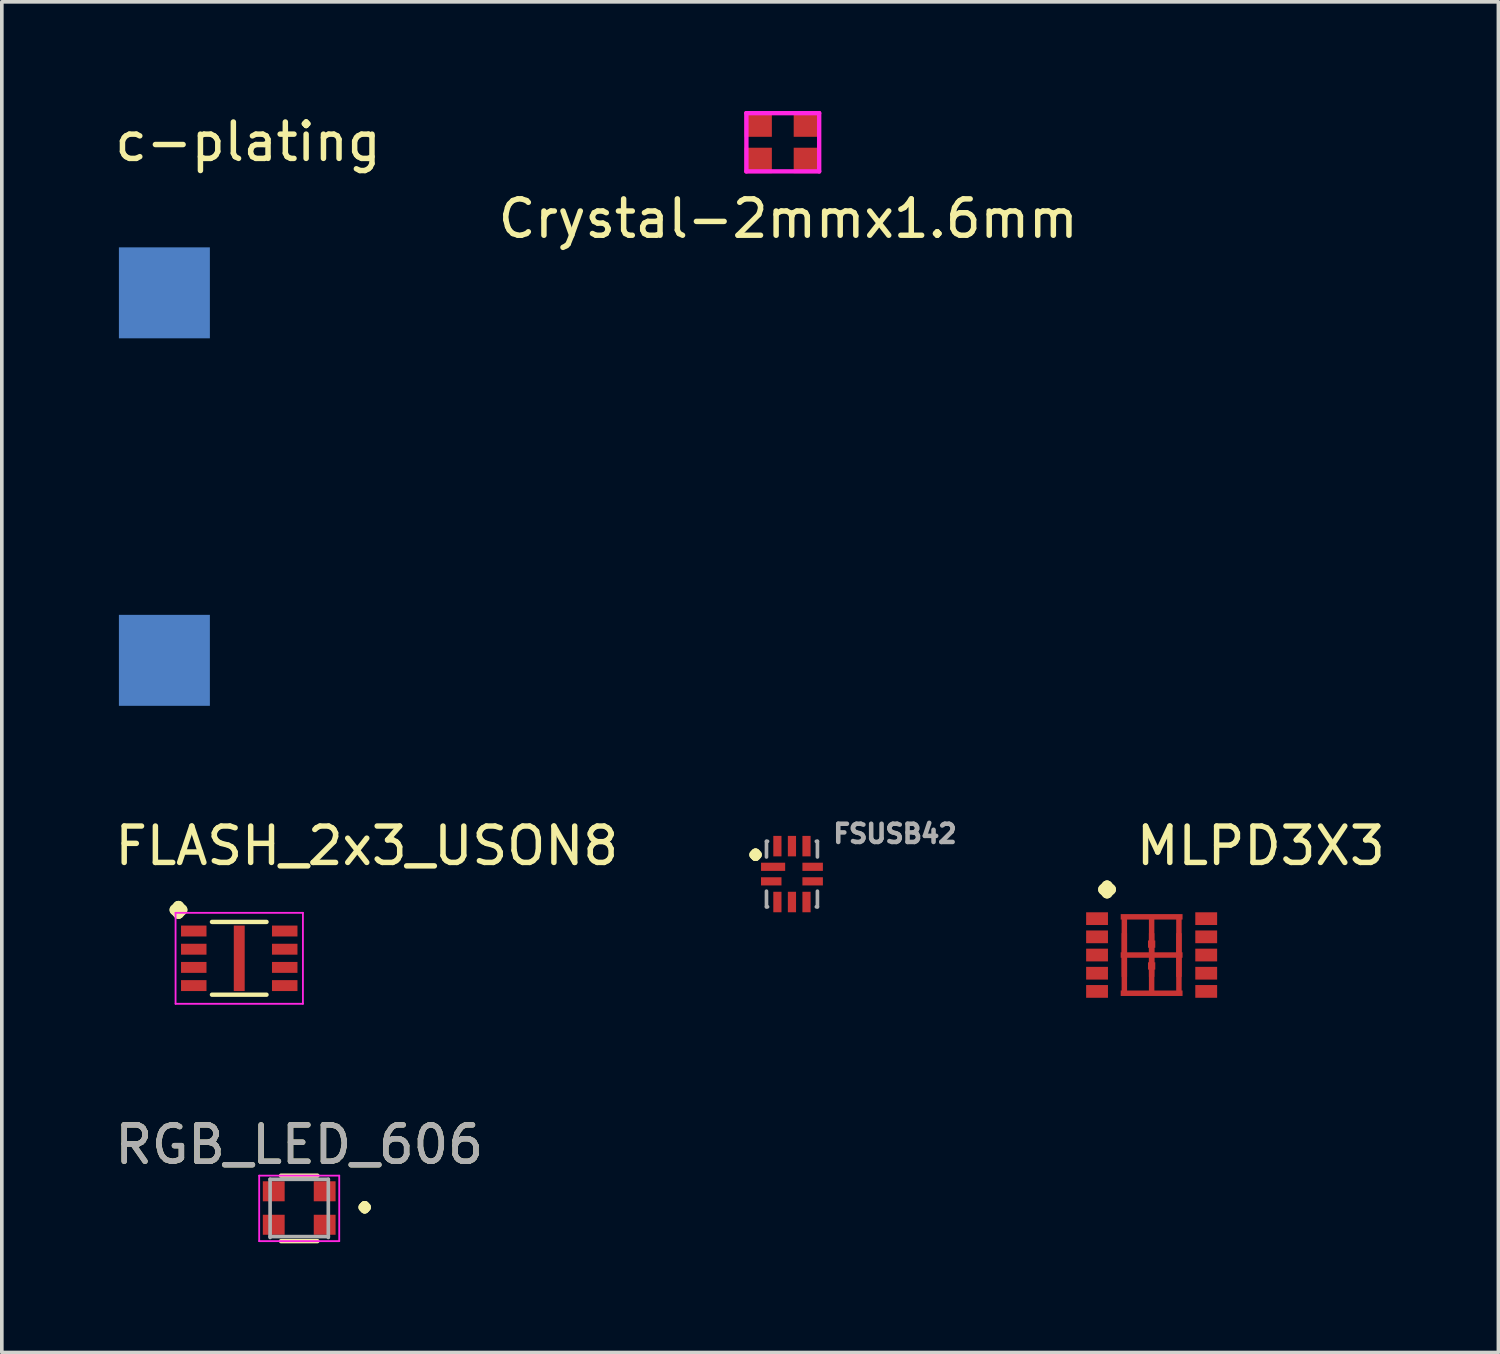
<source format=kicad_pcb>
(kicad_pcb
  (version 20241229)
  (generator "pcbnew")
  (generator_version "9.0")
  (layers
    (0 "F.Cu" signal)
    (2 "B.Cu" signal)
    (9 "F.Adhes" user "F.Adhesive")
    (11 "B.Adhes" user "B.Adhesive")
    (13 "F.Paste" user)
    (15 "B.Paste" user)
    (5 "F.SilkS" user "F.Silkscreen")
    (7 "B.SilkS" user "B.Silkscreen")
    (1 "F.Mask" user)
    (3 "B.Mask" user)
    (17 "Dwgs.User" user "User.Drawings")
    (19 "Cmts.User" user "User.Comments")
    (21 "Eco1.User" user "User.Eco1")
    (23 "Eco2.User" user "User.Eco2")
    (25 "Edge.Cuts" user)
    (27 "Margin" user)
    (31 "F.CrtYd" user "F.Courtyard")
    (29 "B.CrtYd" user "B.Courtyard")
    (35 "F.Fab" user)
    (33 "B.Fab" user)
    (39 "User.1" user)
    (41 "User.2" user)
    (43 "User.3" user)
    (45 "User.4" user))
  (footprint "Crystal-2mmx1.6mm"
    (layer "F.Cu")
    (at 17.788 0.36)
    (property "Reference" "Crystal-2mmx1.6mm" (at 0.825 2.6 0) (layer "F.SilkS") (effects (font (size 1 1) (thickness 0.15))))
    (attr through_hole)
    (fp_line (start -0.325 -0.3) (end 1.675 -0.3) (stroke (width 0.12) (type solid)) (layer "F.CrtYd"))
    (fp_line (start -0.325 1.3) (end -0.325 -0.3) (stroke (width 0.12) (type solid)) (layer "F.CrtYd"))
    (fp_line (start 1.675 -0.3) (end 1.675 1.3) (stroke (width 0.12) (type solid)) (layer "F.CrtYd"))
    (fp_line (start 1.675 1.3) (end -0.325 1.3) (stroke (width 0.12) (type solid)) (layer "F.CrtYd"))
    (pad "1" smd rect (at 0 1) (size 0.75 0.7) (layers "F.Cu" "F.Mask" "F.Paste"))
    (pad "2" smd rect (at 1.35 0) (size 0.75 0.7) (layers "F.Cu" "F.Mask" "F.Paste"))
    (pad "3" smd rect (at 0 0) (size 0.75 0.7) (layers "F.Cu" "F.Mask" "F.Paste"))
    (pad "3" smd rect (at 1.35 1) (size 0.75 0.7) (layers "F.Cu" "F.Mask" "F.Paste")))
  (footprint "MLPD3X3"
    (layer "F.Cu")
    (at 27.1 22.197)
    (property "Reference" "MLPD3X3" (at 4.5 -2 0) (layer "F.SilkS") (effects (font (size 1 1) (thickness 0.15))))
    (attr through_hole)
    (fp_poly (pts (xy 0.825 0.15) (xy 0.825 0.925) (xy 0.675 0.925) (xy 0.675 0.15)) (stroke (width 0.01) (type solid)) (fill yes) (layer "F.Paste"))
    (fp_poly (pts (xy 0.825 1.075) (xy 0.825 1.85) (xy 0.675 1.85) (xy 0.675 1.075)) (stroke (width 0.01) (type solid)) (fill yes) (layer "F.Paste"))
    (fp_poly (pts (xy 1.3 1.075) (xy 0.95 1.075) (xy 0.95 0.925) (xy 1.3 0.925)) (stroke (width 0.01) (type solid)) (fill yes) (layer "F.Paste"))
    (fp_poly (pts (xy 1.425 0.025) (xy 0.65 0.025) (xy 0.65 -0.125) (xy 1.425 -0.125)) (stroke (width 0.01) (type solid)) (fill yes) (layer "F.Paste"))
    (fp_poly (pts (xy 1.425 2.125) (xy 0.65 2.125) (xy 0.65 1.975) (xy 1.425 1.975)) (stroke (width 0.01) (type solid)) (fill yes) (layer "F.Paste"))
    (fp_poly (pts (xy 1.575 0.1) (xy 1.575 0.875) (xy 1.425 0.875) (xy 1.425 0.1)) (stroke (width 0.01) (type solid)) (fill yes) (layer "F.Paste"))
    (fp_poly (pts (xy 1.575 1.1) (xy 1.575 1.875) (xy 1.425 1.875) (xy 1.425 1.1)) (stroke (width 0.01) (type solid)) (fill yes) (layer "F.Paste"))
    (fp_poly (pts (xy 2.075 1.075) (xy 1.725 1.075) (xy 1.725 0.925) (xy 2.075 0.925)) (stroke (width 0.01) (type solid)) (fill yes) (layer "F.Paste"))
    (fp_poly (pts (xy 2.325 0.15) (xy 2.325 0.925) (xy 2.175 0.925) (xy 2.175 0.15)) (stroke (width 0.01) (type solid)) (fill yes) (layer "F.Paste"))
    (fp_poly (pts (xy 2.325 1.075) (xy 2.325 1.85) (xy 2.175 1.85) (xy 2.175 1.075)) (stroke (width 0.01) (type solid)) (fill yes) (layer "F.Paste"))
    (fp_poly (pts (xy 2.35 0.025) (xy 1.575 0.025) (xy 1.575 -0.125) (xy 2.35 -0.125)) (stroke (width 0.01) (type solid)) (fill yes) (layer "F.Paste"))
    (fp_poly (pts (xy 2.35 2.125) (xy 1.575 2.125) (xy 1.575 1.975) (xy 2.35 1.975)) (stroke (width 0.01) (type solid)) (fill yes) (layer "F.Paste"))
    (fp_text user "·" (at 0.275 -0.95 0) (layer "F.SilkS") (effects (font (size 2 2) (thickness 0.3))))
    (pad "1" smd rect (at 0 0) (size 0.6 0.35) (layers "F.Cu" "F.Mask" "F.Paste"))
    (pad "2" smd rect (at 0 0.5) (size 0.6 0.35) (layers "F.Cu" "F.Mask" "F.Paste"))
    (pad "3" smd rect (at 0 1) (size 0.6 0.35) (layers "F.Cu" "F.Mask" "F.Paste"))
    (pad "4" smd rect (at 0 1.5) (size 0.6 0.35) (layers "F.Cu" "F.Mask" "F.Paste"))
    (pad "5" smd rect (at 0 2) (size 0.6 0.35) (layers "F.Cu" "F.Mask" "F.Paste"))
    (pad "6" smd rect (at 3 2) (size 0.6 0.35) (layers "F.Cu" "F.Mask" "F.Paste"))
    (pad "7" smd rect (at 3 1.5) (size 0.6 0.35) (layers "F.Cu" "F.Mask" "F.Paste"))
    (pad "8" smd rect (at 3 1) (size 0.6 0.35) (layers "F.Cu" "F.Mask" "F.Paste"))
    (pad "9" smd rect (at 3 0.5) (size 0.6 0.35) (layers "F.Cu" "F.Mask" "F.Paste"))
    (pad "10" smd rect (at 3 0) (size 0.6 0.35) (layers "F.Cu" "F.Mask" "F.Paste"))
    (pad "EXP" smd rect (at 0.75 0.75 180) (size 0.15 1.7) (layers "F.Cu" "F.Mask"))
    (pad "EXP" smd rect (at 0.75 1.25 180) (size 0.15 1.7) (layers "F.Cu" "F.Mask"))
    (pad "EXP" smd rect (at 1.5 -0.05 90) (size 0.15 1.7) (layers "F.Cu" "F.Mask"))
    (pad "EXP" smd rect (at 1.5 0.7 90) (size 0.2 0.2) (layers "F.Cu" "F.Mask"))
    (pad "EXP" smd rect (at 1.5 0.75 180) (size 0.15 1.7) (layers "F.Cu" "F.Mask"))
    (pad "EXP" smd rect (at 1.5 1 90) (size 0.15 1.7) (layers "F.Cu" "F.Mask"))
    (pad "EXP" smd rect (at 1.5 1.25 180) (size 0.15 1.7) (layers "F.Cu" "F.Mask"))
    (pad "EXP" smd rect (at 1.5 1.3) (size 0.2 0.2) (layers "F.Cu" "F.Mask"))
    (pad "EXP" smd rect (at 1.5 2.05 90) (size 0.15 1.7) (layers "F.Cu" "F.Mask"))
    (pad "EXP" smd rect (at 2.25 0.75 180) (size 0.15 1.7) (layers "F.Cu" "F.Mask"))
    (pad "EXP" smd rect (at 2.25 1.25 180) (size 0.15 1.7) (layers "F.Cu" "F.Mask")))
  (footprint "FLASH_2x3_USON8"
    (layer "F.Cu")
    (at 3.525 23.287)
    (property "Reference" "FLASH_2x3_USON8" (at 3.505 -3.09 0) (layer "F.SilkS") (effects (font (size 1 1) (thickness 0.15))))
    (attr through_hole)
    (fp_line (start -0.75 1) (end 0.75 1) (stroke (width 0.12) (type solid)) (layer "F.SilkS"))
    (fp_line (start 0.75 -1) (end -0.75 -1) (stroke (width 0.12) (type solid)) (layer "F.SilkS"))
    (fp_line (start -1.75 -1.25) (end 1.75 -1.25) (stroke (width 0.05) (type solid)) (layer "F.CrtYd"))
    (fp_line (start -1.75 1.25) (end -1.75 -1.25) (stroke (width 0.05) (type solid)) (layer "F.CrtYd"))
    (fp_line (start 1.75 -1.25) (end 1.75 1.25) (stroke (width 0.05) (type solid)) (layer "F.CrtYd"))
    (fp_line (start 1.75 1.25) (end -1.75 1.25) (stroke (width 0.05) (type solid)) (layer "F.CrtYd"))
    (fp_text user "·" (at -1.67 -1.48 0) (layer "F.SilkS") (effects (font (size 2 2) (thickness 0.3))))
    (pad "1" smd rect (at -1.25 -0.75) (size 0.7 0.3) (layers "F.Cu" "F.Mask" "F.Paste"))
    (pad "2" smd rect (at -1.25 -0.25) (size 0.7 0.3) (layers "F.Cu" "F.Mask" "F.Paste"))
    (pad "3" smd rect (at -1.25 0.25) (size 0.7 0.3) (layers "F.Cu" "F.Mask" "F.Paste"))
    (pad "4" smd rect (at -1.25 0.75) (size 0.7 0.3) (layers "F.Cu" "F.Mask" "F.Paste"))
    (pad "5" smd rect (at 1.25 0.75) (size 0.7 0.3) (layers "F.Cu" "F.Mask" "F.Paste"))
    (pad "6" smd rect (at 1.25 0.25) (size 0.7 0.3) (layers "F.Cu" "F.Mask" "F.Paste"))
    (pad "7" smd rect (at 1.25 -0.25) (size 0.7 0.3) (layers "F.Cu" "F.Mask" "F.Paste"))
    (pad "8" smd rect (at 1.25 -0.75) (size 0.7 0.3) (layers "F.Cu" "F.Mask" "F.Paste"))
    (pad "9" smd rect (at 0 0) (size 0.3 1.8) (layers "F.Cu" "F.Mask" "F.Paste")))
  (footprint "c-plating"
    (layer "F.Cu")
    (at 1.618 4.898)
    (property "Reference" "c-plating" (at 2.15 -4.05 0) (layer "F.SilkS") (effects (font (size 1 1) (thickness 0.15))))
    (attr through_hole)
    (pad "1" smd rect (at -0.15 0.1) (size 2.5 2.5) (layers "B.Cu" "B.Mask"))
    (pad "1" smd rect (at -0.15 10.2) (size 2.5 2.5) (layers "B.Cu" "B.Mask")))
  (footprint "FSUSB42"
    (layer "F.Cu")
    (at 18.715 20.972)
    (property "Reference" "FSUSB42" (at 2.832 -1.108 0) (layer "F.Fab") (effects (font (size 0.5 0.5) (thickness 0.125))))
    (attr smd)
    (fp_line (start -0.7 -0.9) (end -0.7 -0.47) (stroke (width 0.1) (type solid)) (layer "F.Fab"))
    (fp_line (start -0.7 0.47) (end -0.7 0.9) (stroke (width 0.1) (type solid)) (layer "F.Fab"))
    (fp_line (start -0.7 0.9) (end -0.67 0.9) (stroke (width 0.1) (type solid)) (layer "F.Fab"))
    (fp_line (start -0.67 -0.9) (end -0.7 -0.9) (stroke (width 0.1) (type solid)) (layer "F.Fab"))
    (fp_line (start 0.67 0.9) (end 0.7 0.9) (stroke (width 0.1) (type solid)) (layer "F.Fab"))
    (fp_line (start 0.7 -0.9) (end 0.67 -0.9) (stroke (width 0.1) (type solid)) (layer "F.Fab"))
    (fp_line (start 0.7 -0.47) (end 0.7 -0.9) (stroke (width 0.1) (type solid)) (layer "F.Fab"))
    (fp_line (start 0.7 0.9) (end 0.7 0.47) (stroke (width 0.1) (type solid)) (layer "F.Fab"))
    (fp_text user "·" (at -1 -0.6 0) (layer "F.SilkS") (effects (font (size 1 1) (thickness 0.25))))
    (pad "1" smd rect (at -0.518 -0.2 180) (size 0.663 0.225) (layers "F.Cu" "F.Mask" "F.Paste"))
    (pad "2" smd rect (at -0.569 0.2 180) (size 0.563 0.225) (layers "F.Cu" "F.Mask" "F.Paste"))
    (pad "3" smd rect (at -0.4 0.768 90) (size 0.563 0.225) (layers "F.Cu" "F.Mask" "F.Paste"))
    (pad "4" smd rect (at 0 0.768 90) (size 0.563 0.225) (layers "F.Cu" "F.Mask" "F.Paste"))
    (pad "5" smd rect (at 0.4 0.768 90) (size 0.563 0.225) (layers "F.Cu" "F.Mask" "F.Paste"))
    (pad "6" smd rect (at 0.569 0.2 180) (size 0.563 0.225) (layers "F.Cu" "F.Mask" "F.Paste"))
    (pad "7" smd rect (at 0.569 -0.2 180) (size 0.563 0.225) (layers "F.Cu" "F.Mask" "F.Paste"))
    (pad "8" smd rect (at 0.4 -0.768 90) (size 0.563 0.225) (layers "F.Cu" "F.Mask" "F.Paste"))
    (pad "9" smd rect (at 0 -0.768 90) (size 0.563 0.225) (layers "F.Cu" "F.Mask" "F.Paste"))
    (pad "10" smd rect (at -0.4 -0.768 90) (size 0.563 0.225) (layers "F.Cu" "F.Mask" "F.Paste")))
  (footprint "RGB_LED_606"
    (layer "F.Cu")
    (at 5.173 30.16)
    (property "Reference" "RGB_LED_606" (at 0 -1.75 0) (layer "F.SilkS") (effects (font (size 1 1) (thickness 0.15))))
    (attr smd)
    (fp_line (start 0.5 -0.9) (end -0.5 -0.9) (stroke (width 0.12) (type solid)) (layer "F.SilkS"))
    (fp_line (start 0.5 0.9) (end -0.5 0.9) (stroke (width 0.12) (type solid)) (layer "F.SilkS"))
    (fp_line (start -1.1 -0.9) (end -1.1 0.9) (stroke (width 0.05) (type solid)) (layer "F.CrtYd"))
    (fp_line (start -1.1 -0.9) (end 1.1 -0.9) (stroke (width 0.05) (type solid)) (layer "F.CrtYd"))
    (fp_line (start 1.1 0.9) (end -1.1 0.9) (stroke (width 0.05) (type solid)) (layer "F.CrtYd"))
    (fp_line (start 1.1 0.9) (end 1.1 -0.9) (stroke (width 0.05) (type solid)) (layer "F.CrtYd"))
    (fp_line (start -0.8 -0.8) (end 0.8 -0.8) (stroke (width 0.1) (type solid)) (layer "F.Fab"))
    (fp_line (start -0.8 0.8) (end -0.8 -0.8) (stroke (width 0.1) (type solid)) (layer "F.Fab"))
    (fp_line (start 0.8 -0.8) (end 0.8 0.8) (stroke (width 0.1) (type solid)) (layer "F.Fab"))
    (fp_line (start 0.8 0.775) (end -0.8 0.775) (stroke (width 0.1) (type solid)) (layer "F.Fab"))
    (fp_text user "·" (at 1.8 -0.1 0) (layer "F.SilkS") (effects (font (size 1 1) (thickness 0.25))))
    (fp_text user "${REFERENCE}" (at 0 -1.75 0) (layer "F.Fab") (effects (font (size 1 1) (thickness 0.15))))
    (pad "1" smd rect (at -0.7 0.45) (size 0.6 0.55) (layers "F.Cu" "F.Mask" "F.Paste"))
    (pad "2" smd rect (at -0.7 -0.47) (size 0.6 0.55) (layers "F.Cu" "F.Mask" "F.Paste"))
    (pad "3" smd rect (at 0.7 -0.47) (size 0.6 0.55) (layers "F.Cu" "F.Mask" "F.Paste"))
    (pad "4" smd rect (at 0.7 0.45) (size 0.6 0.55) (layers "F.Cu" "F.Mask" "F.Paste")))
  (gr_rect
    (start -3 -3)
    (end 38.13 34.12)
    (stroke (width 0.1) (type default))
    (fill no)
    (layer "Edge.Cuts")))
</source>
